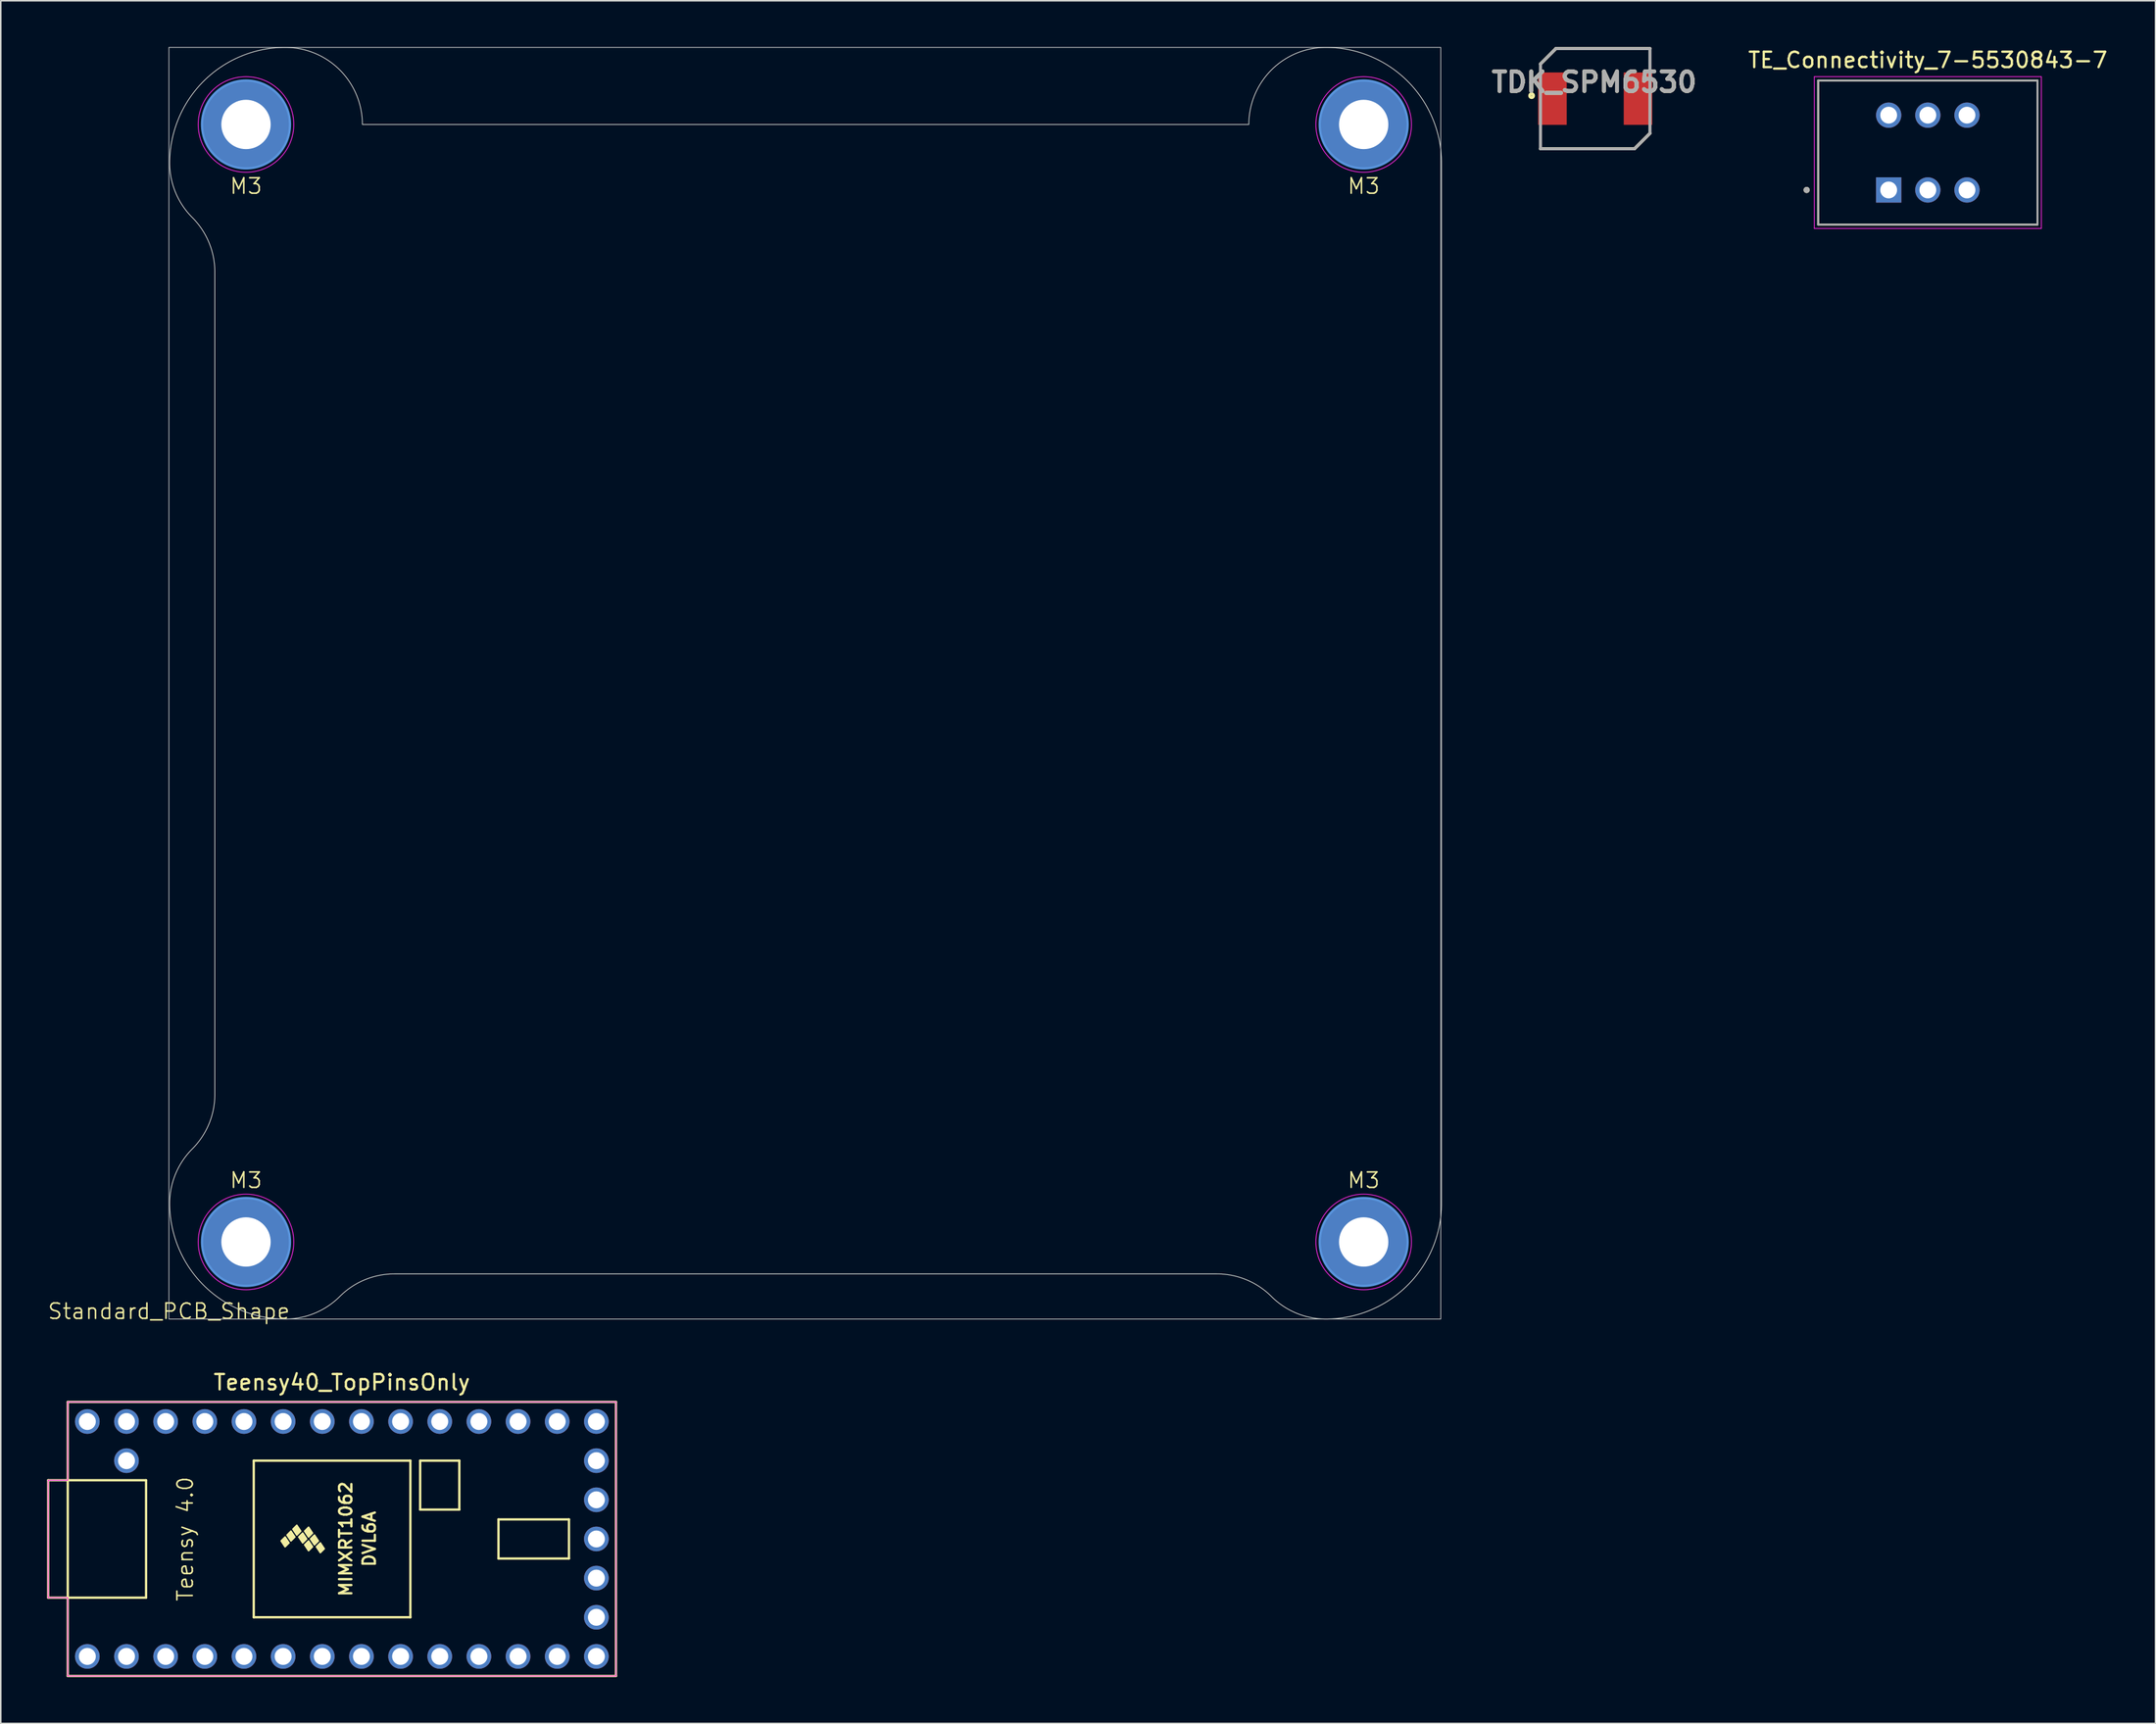
<source format=kicad_pcb>
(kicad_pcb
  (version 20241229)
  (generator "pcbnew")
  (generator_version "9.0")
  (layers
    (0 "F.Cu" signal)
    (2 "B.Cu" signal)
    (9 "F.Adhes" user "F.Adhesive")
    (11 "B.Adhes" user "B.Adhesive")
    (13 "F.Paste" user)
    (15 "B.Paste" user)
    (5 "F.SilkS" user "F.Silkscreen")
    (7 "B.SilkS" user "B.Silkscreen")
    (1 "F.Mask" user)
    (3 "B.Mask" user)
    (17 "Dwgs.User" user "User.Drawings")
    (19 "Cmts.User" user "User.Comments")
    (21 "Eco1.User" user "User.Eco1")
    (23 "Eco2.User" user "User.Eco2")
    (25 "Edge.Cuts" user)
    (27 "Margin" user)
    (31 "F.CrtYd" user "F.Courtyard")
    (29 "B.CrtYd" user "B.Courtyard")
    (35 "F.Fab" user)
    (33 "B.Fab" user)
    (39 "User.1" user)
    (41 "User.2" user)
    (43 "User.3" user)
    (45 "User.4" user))
  (footprint "Teensy40_TopPinsOnly"
    (layer "F.Cu")
    (at 19.125 96.794)
    (property "Reference" "Teensy40_TopPinsOnly" (at 0 -10.16 0) (layer "F.SilkS") (effects (font (size 1 1) (thickness 0.15))))
    (attr through_hole)
    (fp_line (start -19.05 -3.81) (end -17.78 -3.81) (stroke (width 0.15) (type solid)) (layer "F.SilkS"))
    (fp_line (start -19.05 3.81) (end -19.05 -3.81) (stroke (width 0.15) (type solid)) (layer "F.SilkS"))
    (fp_line (start -17.78 -8.89) (end 17.78 -8.89) (stroke (width 0.15) (type solid)) (layer "F.SilkS"))
    (fp_line (start -17.78 3.81) (end -19.05 3.81) (stroke (width 0.15) (type solid)) (layer "F.SilkS"))
    (fp_line (start -17.78 8.89) (end -17.78 -8.89) (stroke (width 0.15) (type solid)) (layer "F.SilkS"))
    (fp_line (start -12.7 -3.81) (end -17.78 -3.81) (stroke (width 0.15) (type solid)) (layer "F.SilkS"))
    (fp_line (start -12.7 3.81) (end -17.78 3.81) (stroke (width 0.15) (type solid)) (layer "F.SilkS"))
    (fp_line (start -12.7 3.81) (end -12.7 -3.81) (stroke (width 0.15) (type solid)) (layer "F.SilkS"))
    (fp_line (start -5.715 -5.08) (end -5.715 5.08) (stroke (width 0.15) (type solid)) (layer "F.SilkS"))
    (fp_line (start 4.445 -5.08) (end -5.715 -5.08) (stroke (width 0.15) (type solid)) (layer "F.SilkS"))
    (fp_line (start 4.445 5.08) (end -5.715 5.08) (stroke (width 0.15) (type solid)) (layer "F.SilkS"))
    (fp_line (start 4.445 5.08) (end 4.445 -5.08) (stroke (width 0.15) (type solid)) (layer "F.SilkS"))
    (fp_line (start 5.08 -5.08) (end 7.62 -5.08) (stroke (width 0.15) (type solid)) (layer "F.SilkS"))
    (fp_line (start 5.08 -1.905) (end 5.08 -5.08) (stroke (width 0.15) (type solid)) (layer "F.SilkS"))
    (fp_line (start 7.62 -5.08) (end 7.62 -1.905) (stroke (width 0.15) (type solid)) (layer "F.SilkS"))
    (fp_line (start 7.62 -1.905) (end 5.08 -1.905) (stroke (width 0.15) (type solid)) (layer "F.SilkS"))
    (fp_line (start 10.16 -1.27) (end 10.16 1.27) (stroke (width 0.15) (type solid)) (layer "F.SilkS"))
    (fp_line (start 10.16 -1.27) (end 14.732 -1.27) (stroke (width 0.15) (type solid)) (layer "F.SilkS"))
    (fp_line (start 14.732 -1.27) (end 14.732 1.27) (stroke (width 0.15) (type solid)) (layer "F.SilkS"))
    (fp_line (start 14.732 1.27) (end 10.16 1.27) (stroke (width 0.15) (type solid)) (layer "F.SilkS"))
    (fp_line (start 17.78 -8.89) (end 17.78 8.89) (stroke (width 0.15) (type solid)) (layer "F.SilkS"))
    (fp_line (start 17.78 8.89) (end -17.78 8.89) (stroke (width 0.15) (type solid)) (layer "F.SilkS"))
    (fp_poly (pts (xy -3.937 0.127) (xy -3.683 -0.127) (xy -3.429 0.254) (xy -3.683 0.508)) (stroke (width 0.1) (type solid)) (fill yes) (layer "F.SilkS"))
    (fp_poly (pts (xy -3.556 -0.254) (xy -3.302 -0.508) (xy -3.048 -0.127) (xy -3.302 0.127)) (stroke (width 0.1) (type solid)) (fill yes) (layer "F.SilkS"))
    (fp_poly (pts (xy -3.175 -0.635) (xy -2.921 -0.889) (xy -2.667 -0.508) (xy -2.921 -0.254)) (stroke (width 0.1) (type solid)) (fill yes) (layer "F.SilkS"))
    (fp_poly (pts (xy -2.794 -0.127) (xy -2.54 -0.381) (xy -2.286 0) (xy -2.54 0.254)) (stroke (width 0.1) (type solid)) (fill yes) (layer "F.SilkS"))
    (fp_poly (pts (xy -2.413 -0.508) (xy -2.159 -0.762) (xy -1.905 -0.381) (xy -2.159 -0.127)) (stroke (width 0.1) (type solid)) (fill yes) (layer "F.SilkS"))
    (fp_poly (pts (xy -2.413 0.381) (xy -2.159 0.127) (xy -1.905 0.508) (xy -2.159 0.762)) (stroke (width 0.1) (type solid)) (fill yes) (layer "F.SilkS"))
    (fp_poly (pts (xy -2.032 0) (xy -1.778 -0.254) (xy -1.524 0.127) (xy -1.778 0.381)) (stroke (width 0.1) (type solid)) (fill yes) (layer "F.SilkS"))
    (fp_poly (pts (xy -1.651 0.508) (xy -1.397 0.254) (xy -1.143 0.635) (xy -1.397 0.889)) (stroke (width 0.1) (type solid)) (fill yes) (layer "F.SilkS"))
    (fp_line (start -19.05 -3.81) (end -19.05 3.81) (stroke (width 0.05) (type default)) (layer "F.CrtYd"))
    (fp_line (start -19.05 3.81) (end -17.78 3.81) (stroke (width 0.05) (type default)) (layer "F.CrtYd"))
    (fp_line (start -17.78 -8.89) (end -17.78 -3.81) (stroke (width 0.05) (type default)) (layer "F.CrtYd"))
    (fp_line (start -17.78 -3.81) (end -19.05 -3.81) (stroke (width 0.05) (type default)) (layer "F.CrtYd"))
    (fp_line (start -17.78 3.81) (end -17.78 8.89) (stroke (width 0.05) (type default)) (layer "F.CrtYd"))
    (fp_line (start -17.78 8.89) (end 17.78 8.89) (stroke (width 0.05) (type default)) (layer "F.CrtYd"))
    (fp_line (start 17.78 -8.89) (end -17.78 -8.89) (stroke (width 0.05) (type default)) (layer "F.CrtYd"))
    (fp_line (start 17.78 8.89) (end 17.78 -8.89) (stroke (width 0.05) (type default)) (layer "F.CrtYd"))
    (fp_text user "MIMXRT1062" (at 0.254 0 90) (layer "F.SilkS") (effects (font (size 0.8 0.8) (thickness 0.15))))
    (fp_text user "Teensy 4.0" (at -10.16 0 90) (unlocked yes) (layer "F.SilkS") (effects (font (size 1 1) (thickness 0.1))))
    (fp_text user "DVL6A" (at 1.778 0 90) (layer "F.SilkS") (effects (font (size 0.8 0.8) (thickness 0.15))))
    (pad "1" thru_hole circle (at -16.51 7.62) (size 1.6 1.6) (drill 1.1) (layers "*.Cu" "*.Mask"))
    (pad "2" thru_hole circle (at -13.97 7.62) (size 1.6 1.6) (drill 1.1) (layers "*.Cu" "*.Mask"))
    (pad "3" thru_hole circle (at -11.43 7.62) (size 1.6 1.6) (drill 1.1) (layers "*.Cu" "*.Mask"))
    (pad "4" thru_hole circle (at -8.89 7.62) (size 1.6 1.6) (drill 1.1) (layers "*.Cu" "*.Mask"))
    (pad "5" thru_hole circle (at -6.35 7.62) (size 1.6 1.6) (drill 1.1) (layers "*.Cu" "*.Mask"))
    (pad "6" thru_hole circle (at -3.81 7.62) (size 1.6 1.6) (drill 1.1) (layers "*.Cu" "*.Mask"))
    (pad "7" thru_hole circle (at -1.27 7.62) (size 1.6 1.6) (drill 1.1) (layers "*.Cu" "*.Mask"))
    (pad "8" thru_hole circle (at 1.27 7.62) (size 1.6 1.6) (drill 1.1) (layers "*.Cu" "*.Mask"))
    (pad "9" thru_hole circle (at 3.81 7.62) (size 1.6 1.6) (drill 1.1) (layers "*.Cu" "*.Mask"))
    (pad "10" thru_hole circle (at 6.35 7.62) (size 1.6 1.6) (drill 1.1) (layers "*.Cu" "*.Mask"))
    (pad "11" thru_hole circle (at 8.89 7.62) (size 1.6 1.6) (drill 1.1) (layers "*.Cu" "*.Mask"))
    (pad "12" thru_hole circle (at 11.43 7.62) (size 1.6 1.6) (drill 1.1) (layers "*.Cu" "*.Mask"))
    (pad "13" thru_hole circle (at 13.97 7.62) (size 1.6 1.6) (drill 1.1) (layers "*.Cu" "*.Mask"))
    (pad "14" thru_hole circle (at 16.51 7.62) (size 1.6 1.6) (drill 1.1) (layers "*.Cu" "*.Mask"))
    (pad "15" thru_hole circle (at 16.51 5.08) (size 1.6 1.6) (drill 1.1) (layers "*.Cu" "*.Mask"))
    (pad "16" thru_hole circle (at 16.51 2.54) (size 1.6 1.6) (drill 1.1) (layers "*.Cu" "*.Mask"))
    (pad "17" thru_hole circle (at 16.51 0) (size 1.6 1.6) (drill 1.1) (layers "*.Cu" "*.Mask"))
    (pad "18" thru_hole circle (at 16.51 -2.54) (size 1.6 1.6) (drill 1.1) (layers "*.Cu" "*.Mask"))
    (pad "19" thru_hole circle (at 16.51 -5.08) (size 1.6 1.6) (drill 1.1) (layers "*.Cu" "*.Mask"))
    (pad "20" thru_hole circle (at 16.51 -7.62) (size 1.6 1.6) (drill 1.1) (layers "*.Cu" "*.Mask"))
    (pad "21" thru_hole circle (at 13.97 -7.62) (size 1.6 1.6) (drill 1.1) (layers "*.Cu" "*.Mask"))
    (pad "22" thru_hole circle (at 11.43 -7.62) (size 1.6 1.6) (drill 1.1) (layers "*.Cu" "*.Mask"))
    (pad "23" thru_hole circle (at 8.89 -7.62) (size 1.6 1.6) (drill 1.1) (layers "*.Cu" "*.Mask"))
    (pad "24" thru_hole circle (at 6.35 -7.62) (size 1.6 1.6) (drill 1.1) (layers "*.Cu" "*.Mask"))
    (pad "25" thru_hole circle (at 3.81 -7.62) (size 1.6 1.6) (drill 1.1) (layers "*.Cu" "*.Mask"))
    (pad "26" thru_hole circle (at 1.27 -7.62) (size 1.6 1.6) (drill 1.1) (layers "*.Cu" "*.Mask"))
    (pad "27" thru_hole circle (at -1.27 -7.62) (size 1.6 1.6) (drill 1.1) (layers "*.Cu" "*.Mask"))
    (pad "28" thru_hole circle (at -3.81 -7.62) (size 1.6 1.6) (drill 1.1) (layers "*.Cu" "*.Mask"))
    (pad "29" thru_hole circle (at -6.35 -7.62) (size 1.6 1.6) (drill 1.1) (layers "*.Cu" "*.Mask"))
    (pad "30" thru_hole circle (at -8.89 -7.62) (size 1.6 1.6) (drill 1.1) (layers "*.Cu" "*.Mask"))
    (pad "31" thru_hole circle (at -11.43 -7.62) (size 1.6 1.6) (drill 1.1) (layers "*.Cu" "*.Mask"))
    (pad "32" thru_hole circle (at -13.97 -7.62) (size 1.6 1.6) (drill 1.1) (layers "*.Cu" "*.Mask"))
    (pad "33" thru_hole circle (at -16.51 -7.62) (size 1.6 1.6) (drill 1.1) (layers "*.Cu" "*.Mask"))
    (pad "34" thru_hole circle (at -13.97 -5.08) (size 1.6 1.6) (drill 1.1) (layers "*.Cu" "*.Mask")))
  (footprint "TE_Connectivity_7-5530843-7"
    (layer "F.Cu")
    (at 122.002 6.848)
    (property "Reference" "TE_Connectivity_7-5530843-7" (at 0 -6 0) (layer "F.SilkS") (effects (font (size 1 1) (thickness 0.15))))
    (attr through_hole)
    (fp_line (start -7.112 -4.674) (end 7.112 -4.674) (stroke (width 0.127) (type solid)) (layer "F.SilkS"))
    (fp_line (start -7.112 4.674) (end -7.112 -4.674) (stroke (width 0.127) (type solid)) (layer "F.SilkS"))
    (fp_line (start 7.112 -4.674) (end 7.112 4.674) (stroke (width 0.127) (type solid)) (layer "F.SilkS"))
    (fp_line (start 7.112 4.674) (end -7.112 4.674) (stroke (width 0.127) (type solid)) (layer "F.SilkS"))
    (fp_circle (center -7.862 2.426) (end -7.762 2.426) (stroke (width 0.2) (type solid)) (fill no) (layer "F.SilkS"))
    (fp_line (start -7.362 -4.924) (end -7.362 4.924) (stroke (width 0.05) (type solid)) (layer "F.CrtYd"))
    (fp_line (start -7.362 4.924) (end 7.362 4.924) (stroke (width 0.05) (type solid)) (layer "F.CrtYd"))
    (fp_line (start 7.362 -4.924) (end -7.362 -4.924) (stroke (width 0.05) (type solid)) (layer "F.CrtYd"))
    (fp_line (start 7.362 4.924) (end 7.362 -4.924) (stroke (width 0.05) (type solid)) (layer "F.CrtYd"))
    (fp_line (start -7.112 -4.674) (end 7.112 -4.674) (stroke (width 0.127) (type solid)) (layer "F.Fab"))
    (fp_line (start -7.112 4.674) (end -7.112 -4.674) (stroke (width 0.127) (type solid)) (layer "F.Fab"))
    (fp_line (start 7.112 -4.674) (end 7.112 4.674) (stroke (width 0.127) (type solid)) (layer "F.Fab"))
    (fp_line (start 7.112 4.674) (end -7.112 4.674) (stroke (width 0.127) (type solid)) (layer "F.Fab"))
    (fp_circle (center -7.862 2.426) (end -7.762 2.426) (stroke (width 0.2) (type solid)) (fill no) (layer "F.Fab"))
    (pad "1" thru_hole rect (at -2.54 2.426) (size 1.638 1.638) (drill 1.092) (layers "*.Cu" "*.Mask"))
    (pad "2" thru_hole circle (at -2.54 -2.426) (size 1.638 1.638) (drill 1.092) (layers "*.Cu" "*.Mask"))
    (pad "3" thru_hole circle (at 0 2.426) (size 1.638 1.638) (drill 1.092) (layers "*.Cu" "*.Mask"))
    (pad "4" thru_hole circle (at 0 -2.426) (size 1.638 1.638) (drill 1.092) (layers "*.Cu" "*.Mask"))
    (pad "5" thru_hole circle (at 2.54 2.426) (size 1.638 1.638) (drill 1.092) (layers "*.Cu" "*.Mask"))
    (pad "6" thru_hole circle (at 2.54 -2.426) (size 1.638 1.638) (drill 1.092) (layers "*.Cu" "*.Mask")))
  (footprint "Standard_PCB_Shape"
    (layer "F.Cu")
    (at 7.907 82.525)
    (property "Reference" "Standard_PCB_Shape" (at 0 -0.5 0) (unlocked yes) (layer "F.SilkS") (effects (font (size 1 1) (thickness 0.1))))
    (attr through_hole exclude_from_pos_files exclude_from_bom allow_missing_courtyard)
    (fp_rect (start 0 -82.5) (end 82.5 0) (stroke (width 0.05) (type default)) (fill no) (layer "Dwgs.User"))
    (fp_circle (center 5 -77.5) (end 7.85 -77.5) (stroke (width 0.15) (type solid)) (fill no) (layer "Cmts.User"))
    (fp_circle (center 5 -5) (end 7.85 -5) (stroke (width 0.15) (type solid)) (fill no) (layer "Cmts.User"))
    (fp_circle (center 77.5 -77.5) (end 80.35 -77.5) (stroke (width 0.15) (type solid)) (fill no) (layer "Cmts.User"))
    (fp_circle (center 77.5 -5) (end 80.35 -5) (stroke (width 0.15) (type solid)) (fill no) (layer "Cmts.User"))
    (fp_poly (pts (arc (start 12.55 -77.500002) (mid 11.085534 -81.035536) (end 7.55 -82.500002)) (arc (start 7.55 -82.500002) (mid 2.2467 -80.303302) (end 0.05 -75.000002)) (arc (start 0.05 -75.000002) (mid 0.430603 -73.086585) (end 1.514466 -71.464468)) (arc (start 1.514466 -71.464468) (mid 2.598353 -69.842361) (end 2.978932 -67.928934)) (arc (start 2.978932 -14.571068) (mid 2.598328 -12.657652) (end 1.514466 -11.035534)) (arc (start 1.514466 -11.035534) (mid 0.430602 -9.413417) (end 0.05 -7.5)) (arc (start 0.05 -7.5) (mid 2.246699 -2.196699) (end 7.55 0)) (arc (start 7.55 0) (mid 9.463417 -0.380602) (end 11.085534 -1.464466)) (arc (start 11.085534 -1.464466) (mid 12.707654 -2.548323) (end 14.621068 -2.928932)) (arc (start 67.978932 -2.928934) (mid 69.892348 -2.54833) (end 71.514466 -1.464468)) (arc (start 71.514466 -1.464468) (mid 73.136583 -0.380604) (end 75.05 -0.000002)) (arc (start 75.05 -0.000002) (mid 80.353302 -2.1967) (end 82.55 -7.500002)) (arc (start 82.55 -75.000002) (mid 80.353302 -80.303302) (end 75.050002 -82.500002)) (arc (start 75.050002 -82.500002) (mid 71.514467 -81.035535) (end 70.05 -77.5))) (stroke (width 0.05) (type solid)) (fill no) (layer "Edge.Cuts"))
    (fp_circle (center 5 -77.5) (end 8.1 -77.5) (stroke (width 0.05) (type solid)) (fill no) (layer "F.CrtYd"))
    (fp_circle (center 5 -5) (end 8.1 -5) (stroke (width 0.05) (type solid)) (fill no) (layer "F.CrtYd"))
    (fp_circle (center 77.5 -77.5) (end 80.6 -77.5) (stroke (width 0.05) (type solid)) (fill no) (layer "F.CrtYd"))
    (fp_circle (center 77.5 -5) (end 80.6 -5) (stroke (width 0.05) (type solid)) (fill no) (layer "F.CrtYd"))
    (fp_text user "M3" (at 5 -73.5 0) (unlocked yes) (layer "F.SilkS") (effects (font (size 1 1) (thickness 0.1))))
    (fp_text user "M3" (at 5 -9 0) (unlocked yes) (layer "F.SilkS") (effects (font (size 1 1) (thickness 0.1))))
    (fp_text user "M3" (at 77.5 -9 0) (unlocked yes) (layer "F.SilkS") (effects (font (size 1 1) (thickness 0.1))))
    (fp_text user "M3" (at 77.5 -73.5 0) (unlocked yes) (layer "F.SilkS") (effects (font (size 1 1) (thickness 0.1))))
    (pad "1" thru_hole circle (at 5 -77.5) (size 3.6 3.6) (drill 3.2) (layers "*.Cu" "*.Mask"))
    (pad "1" connect circle (at 5 -77.5) (size 5.7 5.7) (layers "F.Cu" "F.Mask"))
    (pad "1" connect circle (at 5 -77.5) (size 5.7 5.7) (layers "B.Cu" "B.Mask"))
    (pad "1" connect circle (at 5 -5) (size 5.7 5.7) (layers "F.Cu" "F.Mask"))
    (pad "1" connect circle (at 5 -5) (size 5.7 5.7) (layers "B.Cu" "B.Mask"))
    (pad "1" connect circle (at 77.5 -77.5) (size 5.7 5.7) (layers "F.Cu" "F.Mask"))
    (pad "1" connect circle (at 77.5 -77.5) (size 5.7 5.7) (layers "B.Cu" "B.Mask"))
    (pad "1" connect circle (at 77.5 -5) (size 5.7 5.7) (layers "F.Cu" "F.Mask"))
    (pad "1" connect circle (at 77.5 -5) (size 5.7 5.7) (layers "B.Cu" "B.Mask"))
    (pad "2" thru_hole circle (at 77.5 -77.5) (size 3.6 3.6) (drill 3.2) (layers "*.Cu" "*.Mask"))
    (pad "3" thru_hole circle (at 77.5 -5) (size 3.6 3.6) (drill 3.2) (layers "*.Cu" "*.Mask"))
    (pad "4" thru_hole circle (at 5 -5) (size 3.6 3.6) (drill 3.2) (layers "*.Cu" "*.Mask")))
  (footprint "TDK_SPM6530"
    (layer "F.Cu")
    (at 100.426 3.35)
    (property "Reference" "TDK_SPM6530" (at -0.068 -1.071 0) (layer "F.SilkS") (effects (font (size 1.27 1.27) (thickness 0.254))))
    (attr smd)
    (fp_line (start -3.55 -2.25) (end -2.55 -3.25) (stroke (width 0.2) (type solid)) (layer "F.SilkS"))
    (fp_line (start -2.55 -3.25) (end 3.55 -3.25) (stroke (width 0.2) (type solid)) (layer "F.SilkS"))
    (fp_line (start 2.55 3.25) (end -3.55 3.25) (stroke (width 0.2) (type solid)) (layer "F.SilkS"))
    (fp_line (start 3.55 2.25) (end 2.55 3.25) (stroke (width 0.2) (type solid)) (layer "F.SilkS"))
    (fp_circle (center -4.126 -0.193) (end -4.126 -0.073) (stroke (width 0.2) (type solid)) (fill no) (layer "F.SilkS"))
    (fp_line (start -3.55 -2.25) (end -2.55 -3.25) (stroke (width 0.2) (type solid)) (layer "F.Fab"))
    (fp_line (start -3.55 3.25) (end -3.55 -2.25) (stroke (width 0.2) (type solid)) (layer "F.Fab"))
    (fp_line (start -2.55 -3.25) (end 3.55 -3.25) (stroke (width 0.2) (type solid)) (layer "F.Fab"))
    (fp_line (start 2.55 3.25) (end -3.55 3.25) (stroke (width 0.2) (type solid)) (layer "F.Fab"))
    (fp_line (start 3.55 -3.25) (end 3.55 2.25) (stroke (width 0.2) (type solid)) (layer "F.Fab"))
    (fp_line (start 3.55 2.25) (end 2.55 3.25) (stroke (width 0.2) (type solid)) (layer "F.Fab"))
    (fp_text user "${REFERENCE}" (at -0.068 -1.071 0) (layer "F.Fab") (effects (font (size 1.27 1.27) (thickness 0.254))))
    (pad "1" smd rect (at -2.775 0) (size 1.85 3.4) (layers "F.Cu" "F.Mask" "F.Paste"))
    (pad "2" smd rect (at 2.775 0) (size 1.85 3.4) (layers "F.Cu" "F.Mask" "F.Paste")))
  (gr_rect
    (start -3 -3)
    (end 136.77 108.759)
    (stroke (width 0.1) (type default))
    (fill no)
    (layer "Edge.Cuts")))
</source>
